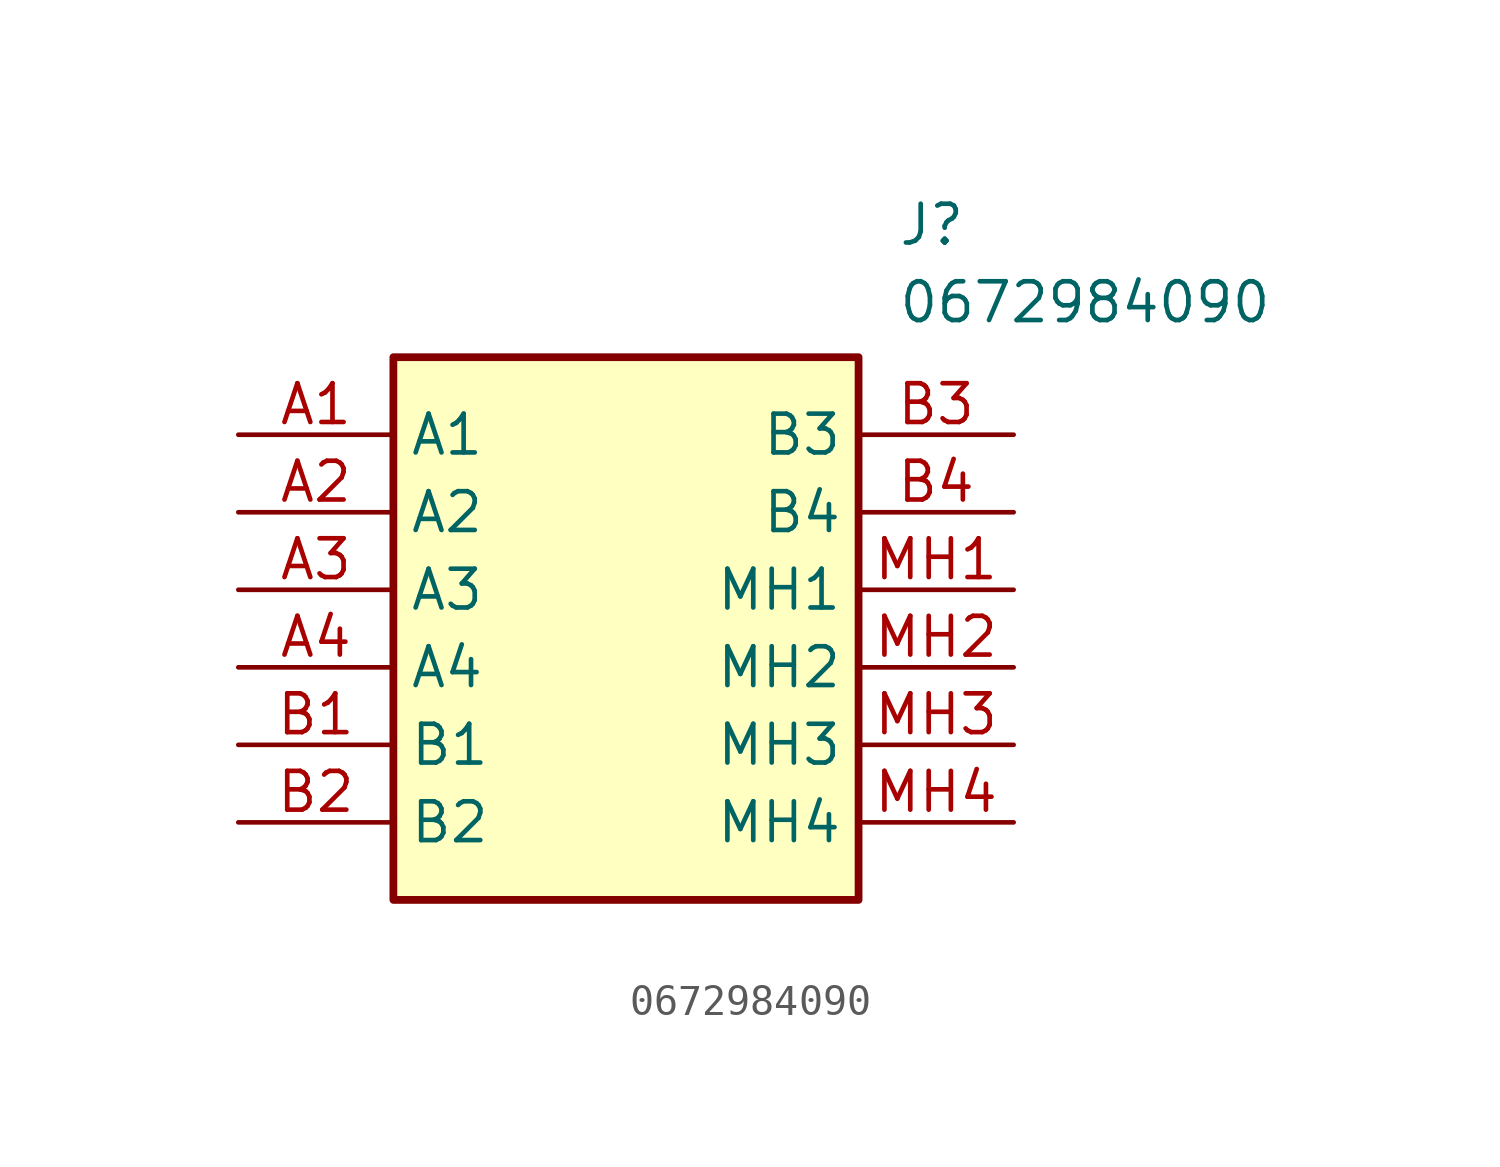
<source format=kicad_sym>
(kicad_symbol_lib
  (version 20211014)
  (generator SamacSys_ECAD_Model)
  (symbol "0672984090"
    (property "Reference" "J"
      (at 21.59 7.62 0)
      (effects (font (size 1.27 1.27)) (justify left top)))
    (property "Value" "0672984090"
      (at 21.59 5.08 0)
      (effects (font (size 1.27 1.27)) (justify left top)))
    (rectangle
      (start 5.08 2.54)
      (end 20.32 -15.24)
      (stroke (width 0.254) (type default))
      (fill (type background)))
    (pin passive line
      (at 0 0 0)
      (length 5.08)
      (name "A1" (effects (font (size 1.27 1.27))))
      (number "A1" (effects (font (size 1.27 1.27)))))
    (pin passive line
      (at 0 -2.54 0)
      (length 5.08)
      (name "A2" (effects (font (size 1.27 1.27))))
      (number "A2" (effects (font (size 1.27 1.27)))))
    (pin passive line
      (at 0 -5.08 0)
      (length 5.08)
      (name "A3" (effects (font (size 1.27 1.27))))
      (number "A3" (effects (font (size 1.27 1.27)))))
    (pin passive line
      (at 0 -7.62 0)
      (length 5.08)
      (name "A4" (effects (font (size 1.27 1.27))))
      (number "A4" (effects (font (size 1.27 1.27)))))
    (pin passive line
      (at 0 -10.16 0)
      (length 5.08)
      (name "B1" (effects (font (size 1.27 1.27))))
      (number "B1" (effects (font (size 1.27 1.27)))))
    (pin passive line
      (at 0 -12.7 0)
      (length 5.08)
      (name "B2" (effects (font (size 1.27 1.27))))
      (number "B2" (effects (font (size 1.27 1.27)))))
    (pin passive line
      (at 25.4 0 180)
      (length 5.08)
      (name "B3" (effects (font (size 1.27 1.27))))
      (number "B3" (effects (font (size 1.27 1.27)))))
    (pin passive line
      (at 25.4 -2.54 180)
      (length 5.08)
      (name "B4" (effects (font (size 1.27 1.27))))
      (number "B4" (effects (font (size 1.27 1.27)))))
    (pin passive line
      (at 25.4 -5.08 180)
      (length 5.08)
      (name "MH1" (effects (font (size 1.27 1.27))))
      (number "MH1" (effects (font (size 1.27 1.27)))))
    (pin passive line
      (at 25.4 -7.62 180)
      (length 5.08)
      (name "MH2" (effects (font (size 1.27 1.27))))
      (number "MH2" (effects (font (size 1.27 1.27)))))
    (pin passive line
      (at 25.4 -10.16 180)
      (length 5.08)
      (name "MH3" (effects (font (size 1.27 1.27))))
      (number "MH3" (effects (font (size 1.27 1.27)))))
    (pin passive line
      (at 25.4 -12.7 180)
      (length 5.08)
      (name "MH4" (effects (font (size 1.27 1.27))))
      (number "MH4" (effects (font (size 1.27 1.27)))))))
</source>
